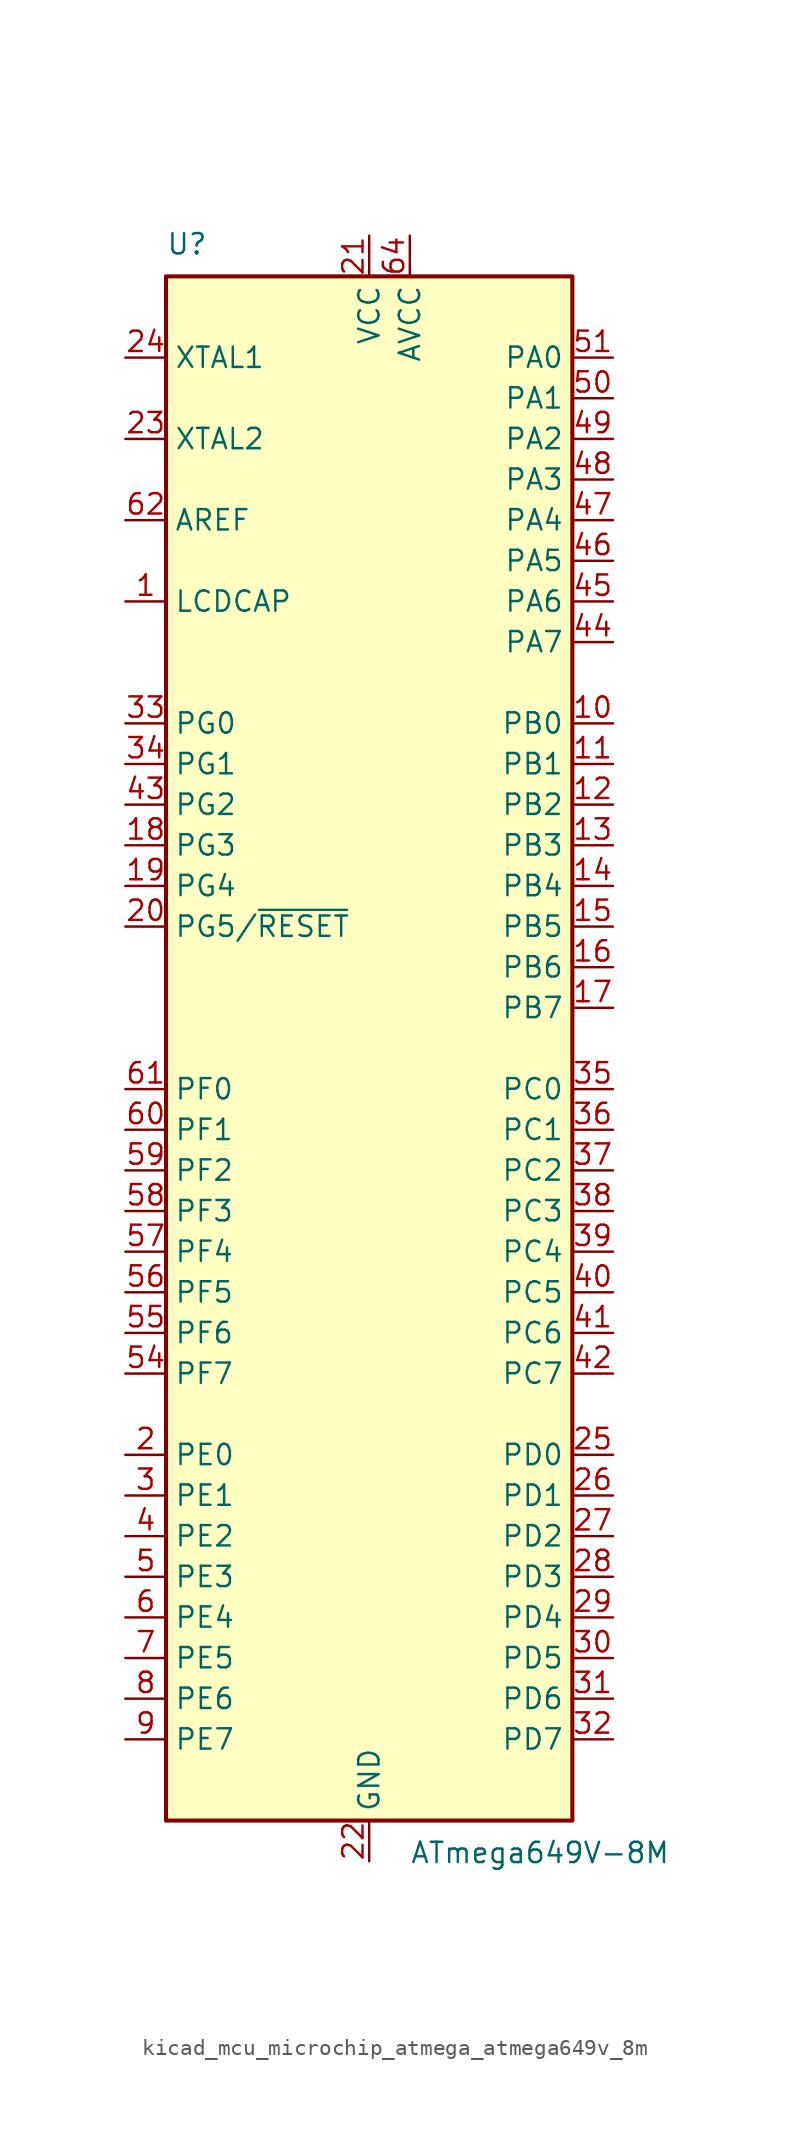
<source format=kicad_sym>
(kicad_symbol_lib
  (version 20220914)
  (generator kicad_symbol_editor)
  (symbol "kicad_mcu_microchip_atmega_atmega649v_8m"
    (property "Reference" "U"
      (at -12.7 49.53 0)
      (effects (font (size 1.27 1.27)) (justify left bottom)))
    (property "Value" "ATmega649V-8M"
      (at 2.54 -49.53 0)
      (effects (font (size 1.27 1.27)) (justify left top)))
    (symbol "kicad_mcu_microchip_atmega_atmega649v_8m_0_1"
      (rectangle (start -12.7 -48.26) (end 12.7 48.26) (stroke (width 0.254) (type default)) (fill (type background))))
    (symbol "kicad_mcu_microchip_atmega_atmega649v_8m_1_1"
      (pin passive line (at -15.24 27.94 0) (length 2.54) (name "LCDCAP" (effects (font (size 1.27 1.27)))) (number "1" (effects (font (size 1.27 1.27)))))
      (pin bidirectional line (at 15.24 20.32 180) (length 2.54) (name "PB0" (effects (font (size 1.27 1.27)))) (number "10" (effects (font (size 1.27 1.27)))))
      (pin bidirectional line (at 15.24 17.78 180) (length 2.54) (name "PB1" (effects (font (size 1.27 1.27)))) (number "11" (effects (font (size 1.27 1.27)))))
      (pin bidirectional line (at 15.24 15.24 180) (length 2.54) (name "PB2" (effects (font (size 1.27 1.27)))) (number "12" (effects (font (size 1.27 1.27)))))
      (pin bidirectional line (at 15.24 12.7 180) (length 2.54) (name "PB3" (effects (font (size 1.27 1.27)))) (number "13" (effects (font (size 1.27 1.27)))))
      (pin bidirectional line (at 15.24 10.16 180) (length 2.54) (name "PB4" (effects (font (size 1.27 1.27)))) (number "14" (effects (font (size 1.27 1.27)))))
      (pin bidirectional line (at 15.24 7.62 180) (length 2.54) (name "PB5" (effects (font (size 1.27 1.27)))) (number "15" (effects (font (size 1.27 1.27)))))
      (pin bidirectional line (at 15.24 5.08 180) (length 2.54) (name "PB6" (effects (font (size 1.27 1.27)))) (number "16" (effects (font (size 1.27 1.27)))))
      (pin bidirectional line (at 15.24 2.54 180) (length 2.54) (name "PB7" (effects (font (size 1.27 1.27)))) (number "17" (effects (font (size 1.27 1.27)))))
      (pin bidirectional line (at -15.24 12.7 0) (length 2.54) (name "PG3" (effects (font (size 1.27 1.27)))) (number "18" (effects (font (size 1.27 1.27)))))
      (pin bidirectional line (at -15.24 10.16 0) (length 2.54) (name "PG4" (effects (font (size 1.27 1.27)))) (number "19" (effects (font (size 1.27 1.27)))))
      (pin bidirectional line (at -15.24 -25.4 0) (length 2.54) (name "PE0" (effects (font (size 1.27 1.27)))) (number "2" (effects (font (size 1.27 1.27)))))
      (pin bidirectional line (at -15.24 7.62 0) (length 2.54) (name "PG5/~{RESET}" (effects (font (size 1.27 1.27)))) (number "20" (effects (font (size 1.27 1.27)))))
      (pin power_in line (at 0 50.8 270) (length 2.54) (name "VCC" (effects (font (size 1.27 1.27)))) (number "21" (effects (font (size 1.27 1.27)))))
      (pin power_in line (at 0 -50.8 90) (length 2.54) (name "GND" (effects (font (size 1.27 1.27)))) (number "22" (effects (font (size 1.27 1.27)))))
      (pin output line (at -15.24 38.1 0) (length 2.54) (name "XTAL2" (effects (font (size 1.27 1.27)))) (number "23" (effects (font (size 1.27 1.27)))))
      (pin input line (at -15.24 43.18 0) (length 2.54) (name "XTAL1" (effects (font (size 1.27 1.27)))) (number "24" (effects (font (size 1.27 1.27)))))
      (pin bidirectional line (at 15.24 -25.4 180) (length 2.54) (name "PD0" (effects (font (size 1.27 1.27)))) (number "25" (effects (font (size 1.27 1.27)))))
      (pin bidirectional line (at 15.24 -27.94 180) (length 2.54) (name "PD1" (effects (font (size 1.27 1.27)))) (number "26" (effects (font (size 1.27 1.27)))))
      (pin bidirectional line (at 15.24 -30.48 180) (length 2.54) (name "PD2" (effects (font (size 1.27 1.27)))) (number "27" (effects (font (size 1.27 1.27)))))
      (pin bidirectional line (at 15.24 -33.02 180) (length 2.54) (name "PD3" (effects (font (size 1.27 1.27)))) (number "28" (effects (font (size 1.27 1.27)))))
      (pin bidirectional line (at 15.24 -35.56 180) (length 2.54) (name "PD4" (effects (font (size 1.27 1.27)))) (number "29" (effects (font (size 1.27 1.27)))))
      (pin bidirectional line (at -15.24 -27.94 0) (length 2.54) (name "PE1" (effects (font (size 1.27 1.27)))) (number "3" (effects (font (size 1.27 1.27)))))
      (pin bidirectional line (at 15.24 -38.1 180) (length 2.54) (name "PD5" (effects (font (size 1.27 1.27)))) (number "30" (effects (font (size 1.27 1.27)))))
      (pin bidirectional line (at 15.24 -40.64 180) (length 2.54) (name "PD6" (effects (font (size 1.27 1.27)))) (number "31" (effects (font (size 1.27 1.27)))))
      (pin bidirectional line (at 15.24 -43.18 180) (length 2.54) (name "PD7" (effects (font (size 1.27 1.27)))) (number "32" (effects (font (size 1.27 1.27)))))
      (pin bidirectional line (at -15.24 20.32 0) (length 2.54) (name "PG0" (effects (font (size 1.27 1.27)))) (number "33" (effects (font (size 1.27 1.27)))))
      (pin bidirectional line (at -15.24 17.78 0) (length 2.54) (name "PG1" (effects (font (size 1.27 1.27)))) (number "34" (effects (font (size 1.27 1.27)))))
      (pin bidirectional line (at 15.24 -2.54 180) (length 2.54) (name "PC0" (effects (font (size 1.27 1.27)))) (number "35" (effects (font (size 1.27 1.27)))))
      (pin bidirectional line (at 15.24 -5.08 180) (length 2.54) (name "PC1" (effects (font (size 1.27 1.27)))) (number "36" (effects (font (size 1.27 1.27)))))
      (pin bidirectional line (at 15.24 -7.62 180) (length 2.54) (name "PC2" (effects (font (size 1.27 1.27)))) (number "37" (effects (font (size 1.27 1.27)))))
      (pin bidirectional line (at 15.24 -10.16 180) (length 2.54) (name "PC3" (effects (font (size 1.27 1.27)))) (number "38" (effects (font (size 1.27 1.27)))))
      (pin bidirectional line (at 15.24 -12.7 180) (length 2.54) (name "PC4" (effects (font (size 1.27 1.27)))) (number "39" (effects (font (size 1.27 1.27)))))
      (pin bidirectional line (at -15.24 -30.48 0) (length 2.54) (name "PE2" (effects (font (size 1.27 1.27)))) (number "4" (effects (font (size 1.27 1.27)))))
      (pin bidirectional line (at 15.24 -15.24 180) (length 2.54) (name "PC5" (effects (font (size 1.27 1.27)))) (number "40" (effects (font (size 1.27 1.27)))))
      (pin bidirectional line (at 15.24 -17.78 180) (length 2.54) (name "PC6" (effects (font (size 1.27 1.27)))) (number "41" (effects (font (size 1.27 1.27)))))
      (pin bidirectional line (at 15.24 -20.32 180) (length 2.54) (name "PC7" (effects (font (size 1.27 1.27)))) (number "42" (effects (font (size 1.27 1.27)))))
      (pin bidirectional line (at -15.24 15.24 0) (length 2.54) (name "PG2" (effects (font (size 1.27 1.27)))) (number "43" (effects (font (size 1.27 1.27)))))
      (pin bidirectional line (at 15.24 25.4 180) (length 2.54) (name "PA7" (effects (font (size 1.27 1.27)))) (number "44" (effects (font (size 1.27 1.27)))))
      (pin bidirectional line (at 15.24 27.94 180) (length 2.54) (name "PA6" (effects (font (size 1.27 1.27)))) (number "45" (effects (font (size 1.27 1.27)))))
      (pin bidirectional line (at 15.24 30.48 180) (length 2.54) (name "PA5" (effects (font (size 1.27 1.27)))) (number "46" (effects (font (size 1.27 1.27)))))
      (pin bidirectional line (at 15.24 33.02 180) (length 2.54) (name "PA4" (effects (font (size 1.27 1.27)))) (number "47" (effects (font (size 1.27 1.27)))))
      (pin bidirectional line (at 15.24 35.56 180) (length 2.54) (name "PA3" (effects (font (size 1.27 1.27)))) (number "48" (effects (font (size 1.27 1.27)))))
      (pin bidirectional line (at 15.24 38.1 180) (length 2.54) (name "PA2" (effects (font (size 1.27 1.27)))) (number "49" (effects (font (size 1.27 1.27)))))
      (pin bidirectional line (at -15.24 -33.02 0) (length 2.54) (name "PE3" (effects (font (size 1.27 1.27)))) (number "5" (effects (font (size 1.27 1.27)))))
      (pin bidirectional line (at 15.24 40.64 180) (length 2.54) (name "PA1" (effects (font (size 1.27 1.27)))) (number "50" (effects (font (size 1.27 1.27)))))
      (pin bidirectional line (at 15.24 43.18 180) (length 2.54) (name "PA0" (effects (font (size 1.27 1.27)))) (number "51" (effects (font (size 1.27 1.27)))))
      (pin passive line (at 0 50.8 270) (length 2.54) hide (name "VCC" (effects (font (size 1.27 1.27)))) (number "52" (effects (font (size 1.27 1.27)))))
      (pin passive line (at 0 -50.8 90) (length 2.54) hide (name "GND" (effects (font (size 1.27 1.27)))) (number "53" (effects (font (size 1.27 1.27)))))
      (pin bidirectional line (at -15.24 -20.32 0) (length 2.54) (name "PF7" (effects (font (size 1.27 1.27)))) (number "54" (effects (font (size 1.27 1.27)))))
      (pin bidirectional line (at -15.24 -17.78 0) (length 2.54) (name "PF6" (effects (font (size 1.27 1.27)))) (number "55" (effects (font (size 1.27 1.27)))))
      (pin bidirectional line (at -15.24 -15.24 0) (length 2.54) (name "PF5" (effects (font (size 1.27 1.27)))) (number "56" (effects (font (size 1.27 1.27)))))
      (pin bidirectional line (at -15.24 -12.7 0) (length 2.54) (name "PF4" (effects (font (size 1.27 1.27)))) (number "57" (effects (font (size 1.27 1.27)))))
      (pin bidirectional line (at -15.24 -10.16 0) (length 2.54) (name "PF3" (effects (font (size 1.27 1.27)))) (number "58" (effects (font (size 1.27 1.27)))))
      (pin bidirectional line (at -15.24 -7.62 0) (length 2.54) (name "PF2" (effects (font (size 1.27 1.27)))) (number "59" (effects (font (size 1.27 1.27)))))
      (pin bidirectional line (at -15.24 -35.56 0) (length 2.54) (name "PE4" (effects (font (size 1.27 1.27)))) (number "6" (effects (font (size 1.27 1.27)))))
      (pin bidirectional line (at -15.24 -5.08 0) (length 2.54) (name "PF1" (effects (font (size 1.27 1.27)))) (number "60" (effects (font (size 1.27 1.27)))))
      (pin bidirectional line (at -15.24 -2.54 0) (length 2.54) (name "PF0" (effects (font (size 1.27 1.27)))) (number "61" (effects (font (size 1.27 1.27)))))
      (pin passive line (at -15.24 33.02 0) (length 2.54) (name "AREF" (effects (font (size 1.27 1.27)))) (number "62" (effects (font (size 1.27 1.27)))))
      (pin passive line (at 0 -50.8 90) (length 2.54) hide (name "GND" (effects (font (size 1.27 1.27)))) (number "63" (effects (font (size 1.27 1.27)))))
      (pin power_in line (at 2.54 50.8 270) (length 2.54) (name "AVCC" (effects (font (size 1.27 1.27)))) (number "64" (effects (font (size 1.27 1.27)))))
      (pin passive line (at 0 -50.8 90) (length 2.54) hide (name "GND" (effects (font (size 1.27 1.27)))) (number "65" (effects (font (size 1.27 1.27)))))
      (pin bidirectional line (at -15.24 -38.1 0) (length 2.54) (name "PE5" (effects (font (size 1.27 1.27)))) (number "7" (effects (font (size 1.27 1.27)))))
      (pin bidirectional line (at -15.24 -40.64 0) (length 2.54) (name "PE6" (effects (font (size 1.27 1.27)))) (number "8" (effects (font (size 1.27 1.27)))))
      (pin bidirectional line (at -15.24 -43.18 0) (length 2.54) (name "PE7" (effects (font (size 1.27 1.27)))) (number "9" (effects (font (size 1.27 1.27))))))))
</source>
